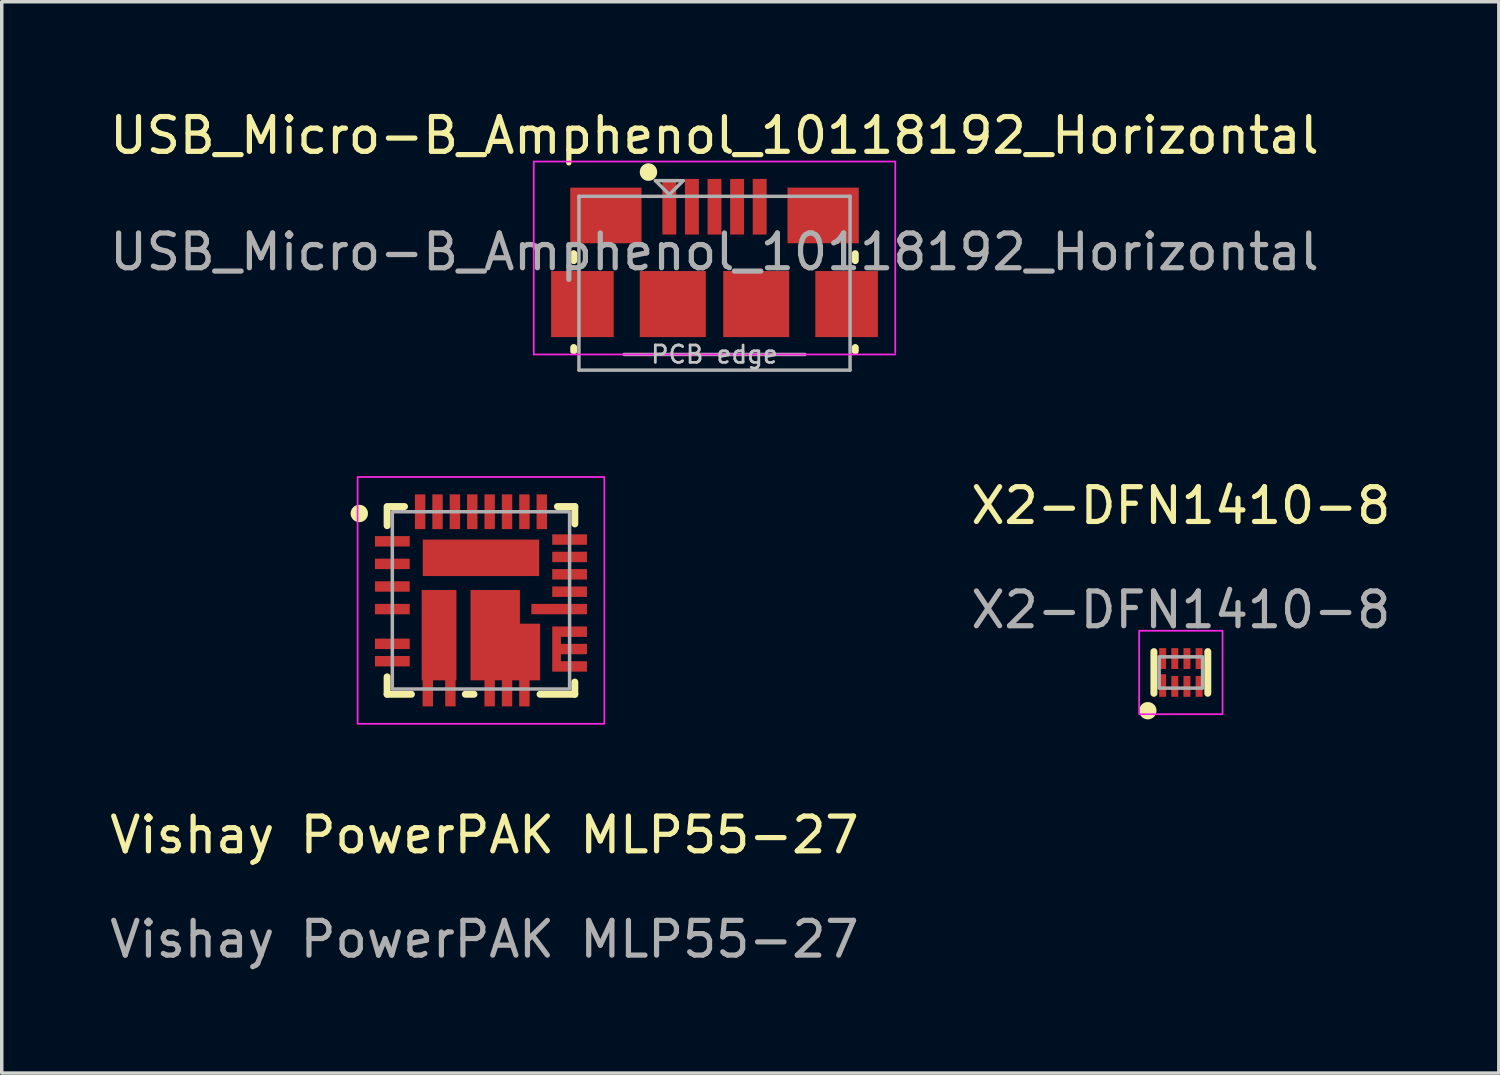
<source format=kicad_pcb>
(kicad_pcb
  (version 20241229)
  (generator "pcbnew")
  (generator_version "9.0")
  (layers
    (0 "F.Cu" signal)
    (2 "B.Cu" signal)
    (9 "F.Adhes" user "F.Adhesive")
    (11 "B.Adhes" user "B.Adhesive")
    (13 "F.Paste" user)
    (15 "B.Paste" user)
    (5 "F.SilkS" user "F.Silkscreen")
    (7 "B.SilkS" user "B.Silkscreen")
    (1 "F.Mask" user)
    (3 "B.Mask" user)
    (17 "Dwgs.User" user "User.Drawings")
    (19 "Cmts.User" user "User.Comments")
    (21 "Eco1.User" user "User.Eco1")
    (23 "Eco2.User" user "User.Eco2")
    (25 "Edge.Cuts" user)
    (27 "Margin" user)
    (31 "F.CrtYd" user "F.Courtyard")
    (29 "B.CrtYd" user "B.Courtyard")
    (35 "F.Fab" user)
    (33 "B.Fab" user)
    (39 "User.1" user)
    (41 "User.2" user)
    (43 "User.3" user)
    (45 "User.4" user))
  (footprint "X2-DFN1410-8"
    (layer "F.Cu")
    (at 30.923 16.297)
    (property "Reference" "X2-DFN1410-8" (at 0 -4.8 0) (unlocked yes) (layer "F.SilkS") (effects (font (size 1 1) (thickness 0.15))))
    (attr smd)
    (fp_line (start -0.95 1.1) (end -0.95 1.1) (stroke (width 0.5) (type solid)) (layer "F.SilkS"))
    (fp_line (start -0.775 -0.6) (end -0.775 0.6) (stroke (width 0.2) (type solid)) (layer "F.SilkS"))
    (fp_line (start 0.775 -0.601) (end 0.775 0.599) (stroke (width 0.2) (type solid)) (layer "F.SilkS"))
    (fp_rect (start -1.2 -1.2) (end 1.2 1.2) (stroke (width 0.05) (type solid)) (fill no) (layer "F.CrtYd"))
    (fp_rect (start -0.625 -0.45) (end 0.625 0.45) (stroke (width 0.1) (type solid)) (fill no) (layer "F.Fab"))
    (fp_text user "${REFERENCE}" (at 0 -1.8 0) (unlocked yes) (layer "F.Fab") (effects (font (size 1 1) (thickness 0.15))))
    (pad "1" smd rect (at -0.525 0.375 180) (size 0.2 0.65) (layers "F.Cu" "F.Mask" "F.Paste"))
    (pad "2" smd rect (at -0.175 0.4 180) (size 0.2 0.6) (layers "F.Cu" "F.Mask" "F.Paste"))
    (pad "3" smd rect (at 0.175 0.4 180) (size 0.2 0.6) (layers "F.Cu" "F.Mask" "F.Paste"))
    (pad "4" smd rect (at 0.525 0.4 180) (size 0.2 0.6) (layers "F.Cu" "F.Mask" "F.Paste"))
    (pad "5" smd rect (at 0.525 -0.4 180) (size 0.2 0.6) (layers "F.Cu" "F.Mask" "F.Paste"))
    (pad "6" smd rect (at 0.175 -0.4 180) (size 0.2 0.6) (layers "F.Cu" "F.Mask" "F.Paste"))
    (pad "7" smd rect (at -0.175 -0.4 180) (size 0.2 0.6) (layers "F.Cu" "F.Mask" "F.Paste"))
    (pad "8" smd rect (at -0.525 -0.4 180) (size 0.2 0.6) (layers "F.Cu" "F.Mask" "F.Paste")))
  (footprint "Vishay PowerPAK MLP55-27"
    (layer "F.Cu")
    (at 10.787 14.223)
    (property "Reference" "Vishay PowerPAK MLP55-27" (at 0.1 6.75 0) (unlocked yes) (layer "F.SilkS") (effects (font (size 1 1) (thickness 0.15))))
    (attr smd)
    (fp_line (start -3.5 -2.5) (end -3.5 -2.5) (stroke (width 0.5) (type solid)) (layer "F.SilkS"))
    (fp_line (start -2.7 -2.7) (end -2.2 -2.7) (stroke (width 0.2) (type solid)) (layer "F.SilkS"))
    (fp_line (start -2.7 -2.15) (end -2.7 -2.65) (stroke (width 0.2) (type solid)) (layer "F.SilkS"))
    (fp_line (start -2.7 2.7) (end -2.7 2.2) (stroke (width 0.2) (type solid)) (layer "F.SilkS"))
    (fp_line (start -2 2.7) (end -2.7 2.7) (stroke (width 0.2) (type solid)) (layer "F.SilkS"))
    (fp_line (start -0.2 2.7) (end -0.45 2.7) (stroke (width 0.2) (type solid)) (layer "F.SilkS"))
    (fp_line (start 2.2 -2.7) (end 2.7 -2.7) (stroke (width 0.2) (type solid)) (layer "F.SilkS"))
    (fp_line (start 2.7 -2.7) (end 2.7 -2.2) (stroke (width 0.2) (type solid)) (layer "F.SilkS"))
    (fp_line (start 2.7 2.35) (end 2.7 2.7) (stroke (width 0.2) (type solid)) (layer "F.SilkS"))
    (fp_line (start 2.7 2.7) (end 1.7 2.7) (stroke (width 0.2) (type solid)) (layer "F.SilkS"))
    (fp_rect (start -3.55 -3.55) (end 3.55 3.55) (stroke (width 0.05) (type solid)) (fill no) (layer "F.CrtYd"))
    (fp_rect (start -2.55 -2.55) (end 2.55 2.55) (stroke (width 0.1) (type solid)) (fill no) (layer "F.Fab"))
    (fp_text user "${REFERENCE}" (at 0.1 9.75 0) (unlocked yes) (layer "F.Fab") (effects (font (size 1 1) (thickness 0.15))))
    (pad "1" smd rect (at -2.55 -1.7) (size 1 0.3) (layers "F.Cu" "F.Mask" "F.Paste"))
    (pad "2" smd rect (at -2.55 -1.05) (size 1 0.3) (layers "F.Cu" "F.Mask" "F.Paste"))
    (pad "3" smd rect (at -2.55 -0.4) (size 1 0.3) (layers "F.Cu" "F.Mask" "F.Paste"))
    (pad "4" smd rect (at -2.55 0.25) (size 1 0.3) (layers "F.Cu" "F.Mask" "F.Paste"))
    (pad "5" smd rect (at -2.55 1.25) (size 1 0.3) (layers "F.Cu" "F.Mask" "F.Paste"))
    (pad "5" smd rect (at -2.55 1.75) (size 1 0.3) (layers "F.Cu" "F.Mask" "F.Paste"))
    (pad "7" smd custom (at -1.205 1.025) (size 0.5 0.5) (layers "F.Cu" "F.Mask" "F.Paste") (options (anchor rect)) (primitives (gr_poly (pts (xy -0.5 -1.325) (xy 0.5 -1.325) (xy 0.5 1.275) (xy 0.475 1.275) (xy 0.475 2.025) (xy 0.175 2.025) (xy 0.175 1.275) (xy -0.175 1.275) (xy -0.175 2.025) (xy -0.475 2.025) (xy -0.475 1.275) (xy -0.5 1.275)) (width 0) (fill yes))))
    (pad "9" smd custom (at 0.2 0.2) (size 0.5 0.5) (layers "F.Cu" "F.Mask" "F.Paste") (options (anchor rect)) (primitives (gr_poly (pts (xy -0.5 -0.5) (xy 0.92 -0.5) (xy 0.92 0.47) (xy 1.5 0.47) (xy 1.5 2.1) (xy 1.2 2.1) (xy 1.2 2.85) (xy 0.9 2.85) (xy 0.9 2.1) (xy 0.7 2.1) (xy 0.7 2.85) (xy 0.4 2.85) (xy 0.4 2.1) (xy 0.2 2.1) (xy 0.2 2.85) (xy -0.1 2.85) (xy -0.1 2.1) (xy -0.5 2.1)) (width 0) (fill yes))))
    (pad "9" smd rect (at 2.55 -0.75) (size 1 0.3) (layers "F.Cu" "F.Mask" "F.Paste"))
    (pad "12" smd custom (at 2.55 0.9) (size 1 0.3) (layers "F.Cu" "F.Mask" "F.Paste") (options (anchor rect)) (primitives (gr_poly (pts (xy -0.5 -0.15) (xy 0.5 -0.15) (xy 0.5 0.15) (xy -0.25 0.15) (xy -0.25 0.35) (xy 0.5 0.35) (xy 0.5 0.65) (xy -0.25 0.65) (xy -0.25 0.85) (xy 0.5 0.85) (xy 0.5 1.15) (xy -0.5 1.15)) (width 0) (fill yes))))
    (pad "15" smd rect (at 2.25 0.25) (size 1.6 0.3) (layers "F.Cu" "F.Mask" "F.Paste"))
    (pad "16" smd rect (at 2.55 -0.25) (size 1 0.3) (layers "F.Cu" "F.Mask" "F.Paste"))
    (pad "18" smd rect (at 2.55 -1.25) (size 1 0.3) (layers "F.Cu" "F.Mask" "F.Paste"))
    (pad "19" smd rect (at 2.55 -1.75) (size 1 0.3) (layers "F.Cu" "F.Mask" "F.Paste"))
    (pad "20" smd rect (at 1.75 -2.55) (size 0.3 1) (layers "F.Cu" "F.Mask" "F.Paste"))
    (pad "21" smd rect (at 1.25 -2.55) (size 0.3 1) (layers "F.Cu" "F.Mask" "F.Paste"))
    (pad "22" smd rect (at 0.75 -2.55) (size 0.3 1) (layers "F.Cu" "F.Mask" "F.Paste"))
    (pad "23" smd rect (at 0 -1.225) (size 3.35 1.05) (layers "F.Cu" "F.Mask" "F.Paste"))
    (pad "23" smd rect (at 0.25 -2.55) (size 0.3 1) (layers "F.Cu" "F.Mask" "F.Paste"))
    (pad "24" smd rect (at -0.25 -2.55) (size 0.3 1) (layers "F.Cu" "F.Mask" "F.Paste"))
    (pad "25" smd rect (at -0.75 -2.55) (size 0.3 1) (layers "F.Cu" "F.Mask" "F.Paste"))
    (pad "26" smd rect (at -1.25 -2.55) (size 0.3 1) (layers "F.Cu" "F.Mask" "F.Paste"))
    (pad "27" smd rect (at -1.75 -2.55) (size 0.3 1) (layers "F.Cu" "F.Mask" "F.Paste")))
  (footprint "USB_Micro-B_Amphenol_10118192_Horizontal"
    (layer "F.Cu")
    (at 17.506 5.698)
    (property "Reference" "USB_Micro-B_Amphenol_10118192_Horizontal" (at 0 -4.85 0) (layer "F.SilkS") (effects (font (size 1 1) (thickness 0.15))))
    (attr smd)
    (fp_line (start -4.05 -1.25) (end -4.05 -1.45) (stroke (width 0.2) (type solid)) (layer "F.SilkS"))
    (fp_line (start -4.05 1.35) (end -4.05 1.25) (stroke (width 0.2) (type solid)) (layer "F.SilkS"))
    (fp_line (start -1.9 -3.8) (end -1.9 -3.795) (stroke (width 0.5) (type solid)) (layer "F.SilkS"))
    (fp_line (start 4.05 -1.25) (end 4.05 -1.45) (stroke (width 0.2) (type solid)) (layer "F.SilkS"))
    (fp_line (start 4.05 1.35) (end 4.05 1.25) (stroke (width 0.2) (type solid)) (layer "F.SilkS"))
    (fp_line (start -5.2 -4.1) (end -5.2 1.45) (stroke (width 0.05) (type solid)) (layer "F.CrtYd"))
    (fp_line (start -5.2 1.45) (end 5.2 1.45) (stroke (width 0.05) (type solid)) (layer "F.CrtYd"))
    (fp_line (start 5.2 -4.1) (end -5.2 -4.1) (stroke (width 0.05) (type solid)) (layer "F.CrtYd"))
    (fp_line (start 5.2 1.4) (end 5.2 -4.1) (stroke (width 0.05) (type solid)) (layer "F.CrtYd"))
    (fp_line (start -3.9 -3.1) (end 3.9 -3.1) (stroke (width 0.1) (type solid)) (layer "F.Fab"))
    (fp_line (start -3.9 1.9) (end -3.9 -3.1) (stroke (width 0.1) (type solid)) (layer "F.Fab"))
    (fp_line (start -2.6 1.45) (end 2.6 1.45) (stroke (width 0.1) (type solid)) (layer "F.Fab"))
    (fp_line (start -1.7 -3.55) (end -1.3 -3.15) (stroke (width 0.1) (type solid)) (layer "F.Fab"))
    (fp_line (start -1.3 -3.15) (end -0.9 -3.55) (stroke (width 0.1) (type solid)) (layer "F.Fab"))
    (fp_line (start -0.9 -3.55) (end -1.7 -3.55) (stroke (width 0.1) (type solid)) (layer "F.Fab"))
    (fp_line (start 3.9 -3.1) (end 3.9 1.9) (stroke (width 0.1) (type solid)) (layer "F.Fab"))
    (fp_line (start 3.9 1.9) (end -3.9 1.9) (stroke (width 0.1) (type solid)) (layer "F.Fab"))
    (fp_text user "PCB edge" (at 0 1.45 0) (layer "Dwgs.User") (effects (font (size 0.5 0.5) (thickness 0.08))))
    (fp_text user "${REFERENCE}" (at 0 -1.5 0) (layer "F.Fab") (effects (font (size 1 1) (thickness 0.15))))
    (pad "1" smd rect (at -1.3 -2.8) (size 0.4 1.6) (layers "F.Cu" "F.Mask" "F.Paste"))
    (pad "2" smd rect (at -0.65 -2.8) (size 0.4 1.6) (layers "F.Cu" "F.Mask" "F.Paste"))
    (pad "3" smd rect (at 0 -2.8) (size 0.4 1.6) (layers "F.Cu" "F.Mask" "F.Paste"))
    (pad "4" smd rect (at 0.65 -2.8) (size 0.4 1.6) (layers "F.Cu" "F.Mask" "F.Paste"))
    (pad "5" smd rect (at 1.3 -2.8) (size 0.4 1.6) (layers "F.Cu" "F.Mask" "F.Paste"))
    (pad "6" smd rect (at -3.8 0) (size 1.8 1.9) (layers "F.Cu" "F.Mask" "F.Paste"))
    (pad "6" smd rect (at -3.125 -2.55) (size 2.05 1.6) (layers "F.Cu" "F.Mask" "F.Paste"))
    (pad "6" smd rect (at -1.2 0) (size 1.9 1.9) (layers "F.Cu" "F.Mask" "F.Paste"))
    (pad "6" smd rect (at 1.2 0) (size 1.9 1.9) (layers "F.Cu" "F.Mask" "F.Paste"))
    (pad "6" smd rect (at 3.125 -2.55) (size 2.05 1.6) (layers "F.Cu" "F.Mask" "F.Paste"))
    (pad "6" smd rect (at 3.8 0) (size 1.8 1.9) (layers "F.Cu" "F.Mask" "F.Paste")))
  (gr_rect
    (start -3 -3)
    (end 40.071 27.822)
    (stroke (width 0.1) (type default))
    (fill no)
    (layer "Edge.Cuts")))
</source>
